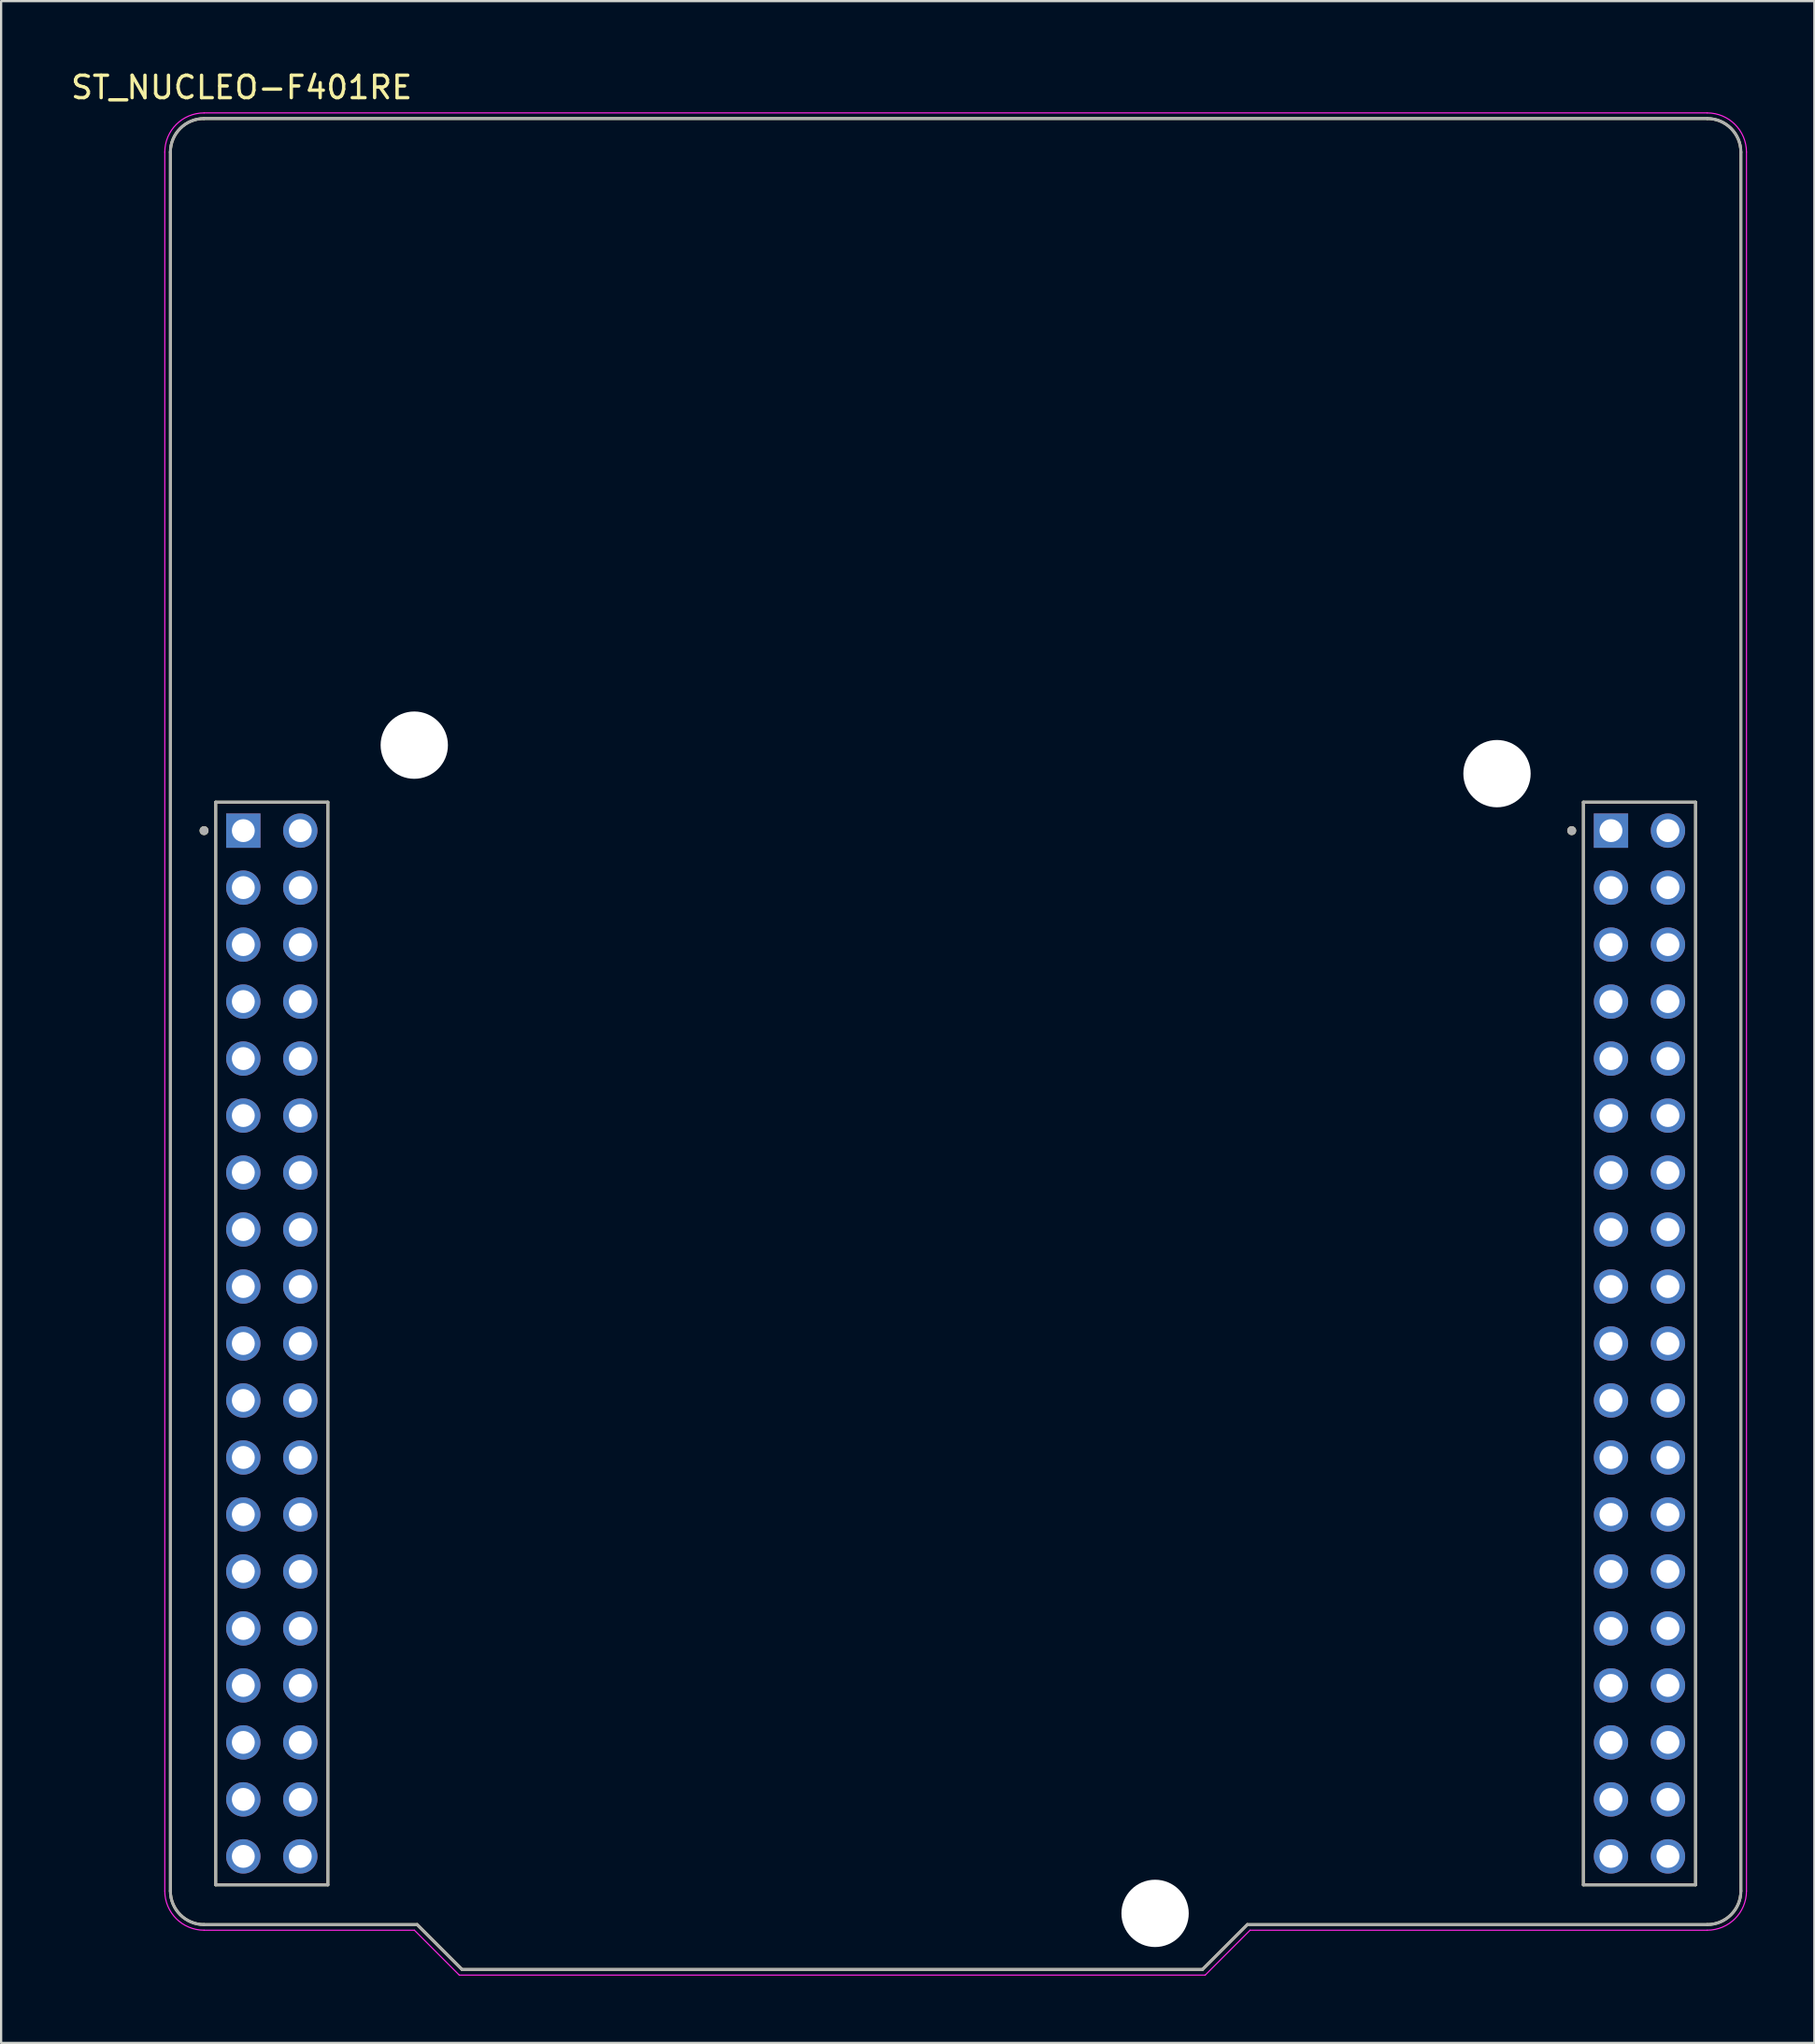
<source format=kicad_pcb>
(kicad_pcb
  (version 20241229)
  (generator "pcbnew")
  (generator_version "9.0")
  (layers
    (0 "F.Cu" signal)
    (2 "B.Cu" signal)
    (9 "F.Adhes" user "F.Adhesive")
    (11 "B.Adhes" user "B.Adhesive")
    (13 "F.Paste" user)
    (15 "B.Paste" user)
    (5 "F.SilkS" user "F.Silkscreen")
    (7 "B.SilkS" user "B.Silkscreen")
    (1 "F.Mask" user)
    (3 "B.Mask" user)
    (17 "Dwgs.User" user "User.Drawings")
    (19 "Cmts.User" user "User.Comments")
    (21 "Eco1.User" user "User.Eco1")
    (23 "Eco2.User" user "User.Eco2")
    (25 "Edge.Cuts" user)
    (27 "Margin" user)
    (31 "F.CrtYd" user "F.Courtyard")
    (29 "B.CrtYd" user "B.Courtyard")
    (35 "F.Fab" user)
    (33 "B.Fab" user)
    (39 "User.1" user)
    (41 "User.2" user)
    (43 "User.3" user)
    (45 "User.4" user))
  (footprint "ST_NUCLEO-F401RE"
    (layer "F.Cu")
    (at 39.545 43.483)
    (property "Reference" "ST_NUCLEO-F401RE" (at -31.825 -42.635 0) (layer "F.SilkS") (effects (font (size 1 1) (thickness 0.15))))
    (attr through_hole)
    (fp_line (start -35 37.75) (end -35 -39.75) (stroke (width 0.127) (type solid)) (layer "F.SilkS"))
    (fp_line (start -33.5 -41.25) (end 33.5 -41.25) (stroke (width 0.127) (type solid)) (layer "F.SilkS"))
    (fp_line (start -32.98 -10.78) (end -32.98 37.48) (stroke (width 0.127) (type solid)) (layer "F.SilkS"))
    (fp_line (start -32.98 37.48) (end -27.98 37.48) (stroke (width 0.127) (type solid)) (layer "F.SilkS"))
    (fp_line (start -27.98 -10.78) (end -32.98 -10.78) (stroke (width 0.127) (type solid)) (layer "F.SilkS"))
    (fp_line (start -27.98 37.48) (end -27.98 -10.78) (stroke (width 0.127) (type solid)) (layer "F.SilkS"))
    (fp_line (start -24 39.25) (end -33.5 39.25) (stroke (width 0.127) (type solid)) (layer "F.SilkS"))
    (fp_line (start -22 41.25) (end -24 39.25) (stroke (width 0.127) (type solid)) (layer "F.SilkS"))
    (fp_line (start 11 41.25) (end -22 41.25) (stroke (width 0.127) (type solid)) (layer "F.SilkS"))
    (fp_line (start 13 39.25) (end 11 41.25) (stroke (width 0.127) (type solid)) (layer "F.SilkS"))
    (fp_line (start 27.98 -10.78) (end 27.98 37.48) (stroke (width 0.127) (type solid)) (layer "F.SilkS"))
    (fp_line (start 27.98 37.48) (end 32.98 37.48) (stroke (width 0.127) (type solid)) (layer "F.SilkS"))
    (fp_line (start 32.98 -10.78) (end 27.98 -10.78) (stroke (width 0.127) (type solid)) (layer "F.SilkS"))
    (fp_line (start 32.98 37.48) (end 32.98 -10.78) (stroke (width 0.127) (type solid)) (layer "F.SilkS"))
    (fp_line (start 33.5 39.25) (end 13 39.25) (stroke (width 0.127) (type solid)) (layer "F.SilkS"))
    (fp_line (start 35 -39.75) (end 35 37.75) (stroke (width 0.127) (type solid)) (layer "F.SilkS"))
    (fp_arc (start -35 -39.75) (mid -34.56066 -40.81066) (end -33.5 -41.25) (stroke (width 0.127) (type solid)) (layer "F.SilkS"))
    (fp_arc (start -33.5 39.25) (mid -34.56066 38.81066) (end -35 37.75) (stroke (width 0.127) (type solid)) (layer "F.SilkS"))
    (fp_arc (start 33.5 -41.25) (mid 34.56066 -40.81066) (end 35 -39.75) (stroke (width 0.127) (type solid)) (layer "F.SilkS"))
    (fp_arc (start 35 37.75) (mid 34.56066 38.81066) (end 33.5 39.25) (stroke (width 0.127) (type solid)) (layer "F.SilkS"))
    (fp_circle (center -33.5 -9.51) (end -33.4 -9.51) (stroke (width 0.2) (type solid)) (fill no) (layer "F.SilkS"))
    (fp_circle (center 27.46 -9.51) (end 27.56 -9.51) (stroke (width 0.2) (type solid)) (fill no) (layer "F.SilkS"))
    (fp_line (start -35.25 37.75) (end -35.25 -39.75) (stroke (width 0.05) (type solid)) (layer "F.CrtYd"))
    (fp_line (start -33.5 -41.5) (end 33.5 -41.5) (stroke (width 0.05) (type solid)) (layer "F.CrtYd"))
    (fp_line (start -24.125 39.5) (end -33.5 39.5) (stroke (width 0.05) (type solid)) (layer "F.CrtYd"))
    (fp_line (start -22.125 41.5) (end -24.125 39.5) (stroke (width 0.05) (type solid)) (layer "F.CrtYd"))
    (fp_line (start 11.125 41.5) (end -22.125 41.5) (stroke (width 0.05) (type solid)) (layer "F.CrtYd"))
    (fp_line (start 13.125 39.5) (end 11.125 41.5) (stroke (width 0.05) (type solid)) (layer "F.CrtYd"))
    (fp_line (start 33.5 39.5) (end 13.125 39.5) (stroke (width 0.05) (type solid)) (layer "F.CrtYd"))
    (fp_line (start 35.25 -39.75) (end 35.25 37.75) (stroke (width 0.05) (type solid)) (layer "F.CrtYd"))
    (fp_arc (start -35.25 -39.75) (mid -34.737437 -40.987437) (end -33.5 -41.5) (stroke (width 0.05) (type solid)) (layer "F.CrtYd"))
    (fp_arc (start -33.5 39.5) (mid -34.737437 38.987437) (end -35.25 37.75) (stroke (width 0.05) (type solid)) (layer "F.CrtYd"))
    (fp_arc (start 33.5 -41.5) (mid 34.737437 -40.987437) (end 35.25 -39.75) (stroke (width 0.05) (type solid)) (layer "F.CrtYd"))
    (fp_arc (start 35.25 37.75) (mid 34.737437 38.987437) (end 33.5 39.5) (stroke (width 0.05) (type solid)) (layer "F.CrtYd"))
    (fp_line (start -35 37.75) (end -35 -39.75) (stroke (width 0.127) (type solid)) (layer "F.Fab"))
    (fp_line (start -33.5 -41.25) (end 33.5 -41.25) (stroke (width 0.127) (type solid)) (layer "F.Fab"))
    (fp_line (start -32.98 -10.78) (end -32.98 37.48) (stroke (width 0.127) (type solid)) (layer "F.Fab"))
    (fp_line (start -32.98 37.48) (end -27.98 37.48) (stroke (width 0.127) (type solid)) (layer "F.Fab"))
    (fp_line (start -27.98 -10.78) (end -32.98 -10.78) (stroke (width 0.127) (type solid)) (layer "F.Fab"))
    (fp_line (start -27.98 37.48) (end -27.98 -10.78) (stroke (width 0.127) (type solid)) (layer "F.Fab"))
    (fp_line (start -24 39.25) (end -33.5 39.25) (stroke (width 0.127) (type solid)) (layer "F.Fab"))
    (fp_line (start -22 41.25) (end -24 39.25) (stroke (width 0.127) (type solid)) (layer "F.Fab"))
    (fp_line (start 11 41.25) (end -22 41.25) (stroke (width 0.127) (type solid)) (layer "F.Fab"))
    (fp_line (start 13 39.25) (end 11 41.25) (stroke (width 0.127) (type solid)) (layer "F.Fab"))
    (fp_line (start 27.98 -10.78) (end 27.98 37.48) (stroke (width 0.127) (type solid)) (layer "F.Fab"))
    (fp_line (start 27.98 37.48) (end 32.98 37.48) (stroke (width 0.127) (type solid)) (layer "F.Fab"))
    (fp_line (start 32.98 -10.78) (end 27.98 -10.78) (stroke (width 0.127) (type solid)) (layer "F.Fab"))
    (fp_line (start 32.98 37.48) (end 32.98 -10.78) (stroke (width 0.127) (type solid)) (layer "F.Fab"))
    (fp_line (start 33.5 39.25) (end 13 39.25) (stroke (width 0.127) (type solid)) (layer "F.Fab"))
    (fp_line (start 35 -39.75) (end 35 37.75) (stroke (width 0.127) (type solid)) (layer "F.Fab"))
    (fp_arc (start -35 -39.75) (mid -34.56066 -40.81066) (end -33.5 -41.25) (stroke (width 0.127) (type solid)) (layer "F.Fab"))
    (fp_arc (start -33.5 39.25) (mid -34.56066 38.81066) (end -35 37.75) (stroke (width 0.127) (type solid)) (layer "F.Fab"))
    (fp_arc (start 33.5 -41.25) (mid 34.56066 -40.81066) (end 35 -39.75) (stroke (width 0.127) (type solid)) (layer "F.Fab"))
    (fp_arc (start 35 37.75) (mid 34.56066 38.81066) (end 33.5 39.25) (stroke (width 0.127) (type solid)) (layer "F.Fab"))
    (fp_circle (center -33.5 -9.51) (end -33.4 -9.51) (stroke (width 0.2) (type solid)) (fill no) (layer "F.Fab"))
    (fp_circle (center 27.46 -9.51) (end 27.56 -9.51) (stroke (width 0.2) (type solid)) (fill no) (layer "F.Fab"))
    (pad "" np_thru_hole circle (at -24.13 -13.32) (size 3 3) (drill 3) (layers "*.Cu" "*.Mask"))
    (pad "" np_thru_hole circle (at 8.89 38.75) (size 3 3) (drill 3) (layers "*.Cu" "*.Mask"))
    (pad "" np_thru_hole circle (at 24.13 -12.05) (size 3 3) (drill 3) (layers "*.Cu" "*.Mask"))
    (pad "1" thru_hole rect (at -31.75 -9.51) (size 1.53 1.53) (drill 1.02) (layers "*.Cu" "*.Mask"))
    (pad "2" thru_hole circle (at -29.21 -9.51) (size 1.53 1.53) (drill 1.02) (layers "*.Cu" "*.Mask"))
    (pad "3" thru_hole circle (at -31.75 -6.97) (size 1.53 1.53) (drill 1.02) (layers "*.Cu" "*.Mask"))
    (pad "4" thru_hole circle (at -29.21 -6.97) (size 1.53 1.53) (drill 1.02) (layers "*.Cu" "*.Mask"))
    (pad "5" thru_hole circle (at -31.75 -4.43) (size 1.53 1.53) (drill 1.02) (layers "*.Cu" "*.Mask"))
    (pad "6" thru_hole circle (at -29.21 -4.43) (size 1.53 1.53) (drill 1.02) (layers "*.Cu" "*.Mask"))
    (pad "7" thru_hole circle (at -31.75 -1.89) (size 1.53 1.53) (drill 1.02) (layers "*.Cu" "*.Mask"))
    (pad "8" thru_hole circle (at -29.21 -1.89) (size 1.53 1.53) (drill 1.02) (layers "*.Cu" "*.Mask"))
    (pad "9" thru_hole circle (at -31.75 0.65) (size 1.53 1.53) (drill 1.02) (layers "*.Cu" "*.Mask"))
    (pad "10" thru_hole circle (at -29.21 0.65) (size 1.53 1.53) (drill 1.02) (layers "*.Cu" "*.Mask"))
    (pad "11" thru_hole circle (at -31.75 3.19) (size 1.53 1.53) (drill 1.02) (layers "*.Cu" "*.Mask"))
    (pad "12" thru_hole circle (at -29.21 3.19) (size 1.53 1.53) (drill 1.02) (layers "*.Cu" "*.Mask"))
    (pad "13" thru_hole circle (at -31.75 5.73) (size 1.53 1.53) (drill 1.02) (layers "*.Cu" "*.Mask"))
    (pad "14" thru_hole circle (at -29.21 5.73) (size 1.53 1.53) (drill 1.02) (layers "*.Cu" "*.Mask"))
    (pad "15" thru_hole circle (at -31.75 8.27) (size 1.53 1.53) (drill 1.02) (layers "*.Cu" "*.Mask"))
    (pad "16" thru_hole circle (at -29.21 8.27) (size 1.53 1.53) (drill 1.02) (layers "*.Cu" "*.Mask"))
    (pad "17" thru_hole circle (at -31.75 10.81) (size 1.53 1.53) (drill 1.02) (layers "*.Cu" "*.Mask"))
    (pad "18" thru_hole circle (at -29.21 10.81) (size 1.53 1.53) (drill 1.02) (layers "*.Cu" "*.Mask"))
    (pad "19" thru_hole circle (at -31.75 13.35) (size 1.53 1.53) (drill 1.02) (layers "*.Cu" "*.Mask"))
    (pad "20" thru_hole circle (at -29.21 13.35) (size 1.53 1.53) (drill 1.02) (layers "*.Cu" "*.Mask"))
    (pad "21" thru_hole circle (at -31.75 15.89) (size 1.53 1.53) (drill 1.02) (layers "*.Cu" "*.Mask"))
    (pad "22" thru_hole circle (at -29.21 15.89) (size 1.53 1.53) (drill 1.02) (layers "*.Cu" "*.Mask"))
    (pad "23" thru_hole circle (at -31.75 18.43) (size 1.53 1.53) (drill 1.02) (layers "*.Cu" "*.Mask"))
    (pad "24" thru_hole circle (at -29.21 18.43) (size 1.53 1.53) (drill 1.02) (layers "*.Cu" "*.Mask"))
    (pad "25" thru_hole circle (at -31.75 20.97) (size 1.53 1.53) (drill 1.02) (layers "*.Cu" "*.Mask"))
    (pad "26" thru_hole circle (at -29.21 20.97) (size 1.53 1.53) (drill 1.02) (layers "*.Cu" "*.Mask"))
    (pad "27" thru_hole circle (at -31.75 23.51) (size 1.53 1.53) (drill 1.02) (layers "*.Cu" "*.Mask"))
    (pad "28" thru_hole circle (at -29.21 23.51) (size 1.53 1.53) (drill 1.02) (layers "*.Cu" "*.Mask"))
    (pad "29" thru_hole circle (at -31.75 26.05) (size 1.53 1.53) (drill 1.02) (layers "*.Cu" "*.Mask"))
    (pad "30" thru_hole circle (at -29.21 26.05) (size 1.53 1.53) (drill 1.02) (layers "*.Cu" "*.Mask"))
    (pad "31" thru_hole circle (at -31.75 28.59) (size 1.53 1.53) (drill 1.02) (layers "*.Cu" "*.Mask"))
    (pad "32" thru_hole circle (at -29.21 28.59) (size 1.53 1.53) (drill 1.02) (layers "*.Cu" "*.Mask"))
    (pad "33" thru_hole circle (at -31.75 31.13) (size 1.53 1.53) (drill 1.02) (layers "*.Cu" "*.Mask"))
    (pad "34" thru_hole circle (at -29.21 31.13) (size 1.53 1.53) (drill 1.02) (layers "*.Cu" "*.Mask"))
    (pad "35" thru_hole circle (at -31.75 33.67) (size 1.53 1.53) (drill 1.02) (layers "*.Cu" "*.Mask"))
    (pad "36" thru_hole circle (at -29.21 33.67) (size 1.53 1.53) (drill 1.02) (layers "*.Cu" "*.Mask"))
    (pad "37" thru_hole circle (at -31.75 36.21) (size 1.53 1.53) (drill 1.02) (layers "*.Cu" "*.Mask"))
    (pad "38" thru_hole circle (at -29.21 36.21) (size 1.53 1.53) (drill 1.02) (layers "*.Cu" "*.Mask"))
    (pad "39" thru_hole rect (at 29.21 -9.51) (size 1.53 1.53) (drill 1.02) (layers "*.Cu" "*.Mask"))
    (pad "40" thru_hole circle (at 31.75 -9.51) (size 1.53 1.53) (drill 1.02) (layers "*.Cu" "*.Mask"))
    (pad "41" thru_hole circle (at 29.21 -6.97) (size 1.53 1.53) (drill 1.02) (layers "*.Cu" "*.Mask"))
    (pad "42" thru_hole circle (at 31.75 -6.97) (size 1.53 1.53) (drill 1.02) (layers "*.Cu" "*.Mask"))
    (pad "43" thru_hole circle (at 29.21 -4.43) (size 1.53 1.53) (drill 1.02) (layers "*.Cu" "*.Mask"))
    (pad "44" thru_hole circle (at 31.75 -4.43) (size 1.53 1.53) (drill 1.02) (layers "*.Cu" "*.Mask"))
    (pad "45" thru_hole circle (at 29.21 -1.89) (size 1.53 1.53) (drill 1.02) (layers "*.Cu" "*.Mask"))
    (pad "46" thru_hole circle (at 31.75 -1.89) (size 1.53 1.53) (drill 1.02) (layers "*.Cu" "*.Mask"))
    (pad "47" thru_hole circle (at 29.21 0.65) (size 1.53 1.53) (drill 1.02) (layers "*.Cu" "*.Mask"))
    (pad "48" thru_hole circle (at 31.75 0.65) (size 1.53 1.53) (drill 1.02) (layers "*.Cu" "*.Mask"))
    (pad "49" thru_hole circle (at 29.21 3.19) (size 1.53 1.53) (drill 1.02) (layers "*.Cu" "*.Mask"))
    (pad "50" thru_hole circle (at 31.75 3.19) (size 1.53 1.53) (drill 1.02) (layers "*.Cu" "*.Mask"))
    (pad "51" thru_hole circle (at 29.21 5.73) (size 1.53 1.53) (drill 1.02) (layers "*.Cu" "*.Mask"))
    (pad "52" thru_hole circle (at 31.75 5.73) (size 1.53 1.53) (drill 1.02) (layers "*.Cu" "*.Mask"))
    (pad "53" thru_hole circle (at 29.21 8.27) (size 1.53 1.53) (drill 1.02) (layers "*.Cu" "*.Mask"))
    (pad "54" thru_hole circle (at 31.75 8.27) (size 1.53 1.53) (drill 1.02) (layers "*.Cu" "*.Mask"))
    (pad "55" thru_hole circle (at 29.21 10.81) (size 1.53 1.53) (drill 1.02) (layers "*.Cu" "*.Mask"))
    (pad "56" thru_hole circle (at 31.75 10.81) (size 1.53 1.53) (drill 1.02) (layers "*.Cu" "*.Mask"))
    (pad "57" thru_hole circle (at 29.21 13.35) (size 1.53 1.53) (drill 1.02) (layers "*.Cu" "*.Mask"))
    (pad "58" thru_hole circle (at 31.75 13.35) (size 1.53 1.53) (drill 1.02) (layers "*.Cu" "*.Mask"))
    (pad "59" thru_hole circle (at 29.21 15.89) (size 1.53 1.53) (drill 1.02) (layers "*.Cu" "*.Mask"))
    (pad "60" thru_hole circle (at 31.75 15.89) (size 1.53 1.53) (drill 1.02) (layers "*.Cu" "*.Mask"))
    (pad "61" thru_hole circle (at 29.21 18.43) (size 1.53 1.53) (drill 1.02) (layers "*.Cu" "*.Mask"))
    (pad "62" thru_hole circle (at 31.75 18.43) (size 1.53 1.53) (drill 1.02) (layers "*.Cu" "*.Mask"))
    (pad "63" thru_hole circle (at 29.21 20.97) (size 1.53 1.53) (drill 1.02) (layers "*.Cu" "*.Mask"))
    (pad "64" thru_hole circle (at 31.75 20.97) (size 1.53 1.53) (drill 1.02) (layers "*.Cu" "*.Mask"))
    (pad "65" thru_hole circle (at 29.21 23.51) (size 1.53 1.53) (drill 1.02) (layers "*.Cu" "*.Mask"))
    (pad "66" thru_hole circle (at 31.75 23.51) (size 1.53 1.53) (drill 1.02) (layers "*.Cu" "*.Mask"))
    (pad "67" thru_hole circle (at 29.21 26.05) (size 1.53 1.53) (drill 1.02) (layers "*.Cu" "*.Mask"))
    (pad "68" thru_hole circle (at 31.75 26.05) (size 1.53 1.53) (drill 1.02) (layers "*.Cu" "*.Mask"))
    (pad "69" thru_hole circle (at 29.21 28.59) (size 1.53 1.53) (drill 1.02) (layers "*.Cu" "*.Mask"))
    (pad "70" thru_hole circle (at 31.75 28.59) (size 1.53 1.53) (drill 1.02) (layers "*.Cu" "*.Mask"))
    (pad "71" thru_hole circle (at 29.21 31.13) (size 1.53 1.53) (drill 1.02) (layers "*.Cu" "*.Mask"))
    (pad "72" thru_hole circle (at 31.75 31.13) (size 1.53 1.53) (drill 1.02) (layers "*.Cu" "*.Mask"))
    (pad "73" thru_hole circle (at 29.21 33.67) (size 1.53 1.53) (drill 1.02) (layers "*.Cu" "*.Mask"))
    (pad "74" thru_hole circle (at 31.75 33.67) (size 1.53 1.53) (drill 1.02) (layers "*.Cu" "*.Mask"))
    (pad "75" thru_hole circle (at 29.21 36.21) (size 1.53 1.53) (drill 1.02) (layers "*.Cu" "*.Mask"))
    (pad "76" thru_hole circle (at 31.75 36.21) (size 1.53 1.53) (drill 1.02) (layers "*.Cu" "*.Mask")))
  (gr_rect
    (start -3 -3)
    (end 77.82 88.008)
    (stroke (width 0.1) (type default))
    (fill no)
    (layer "Edge.Cuts")))
</source>
